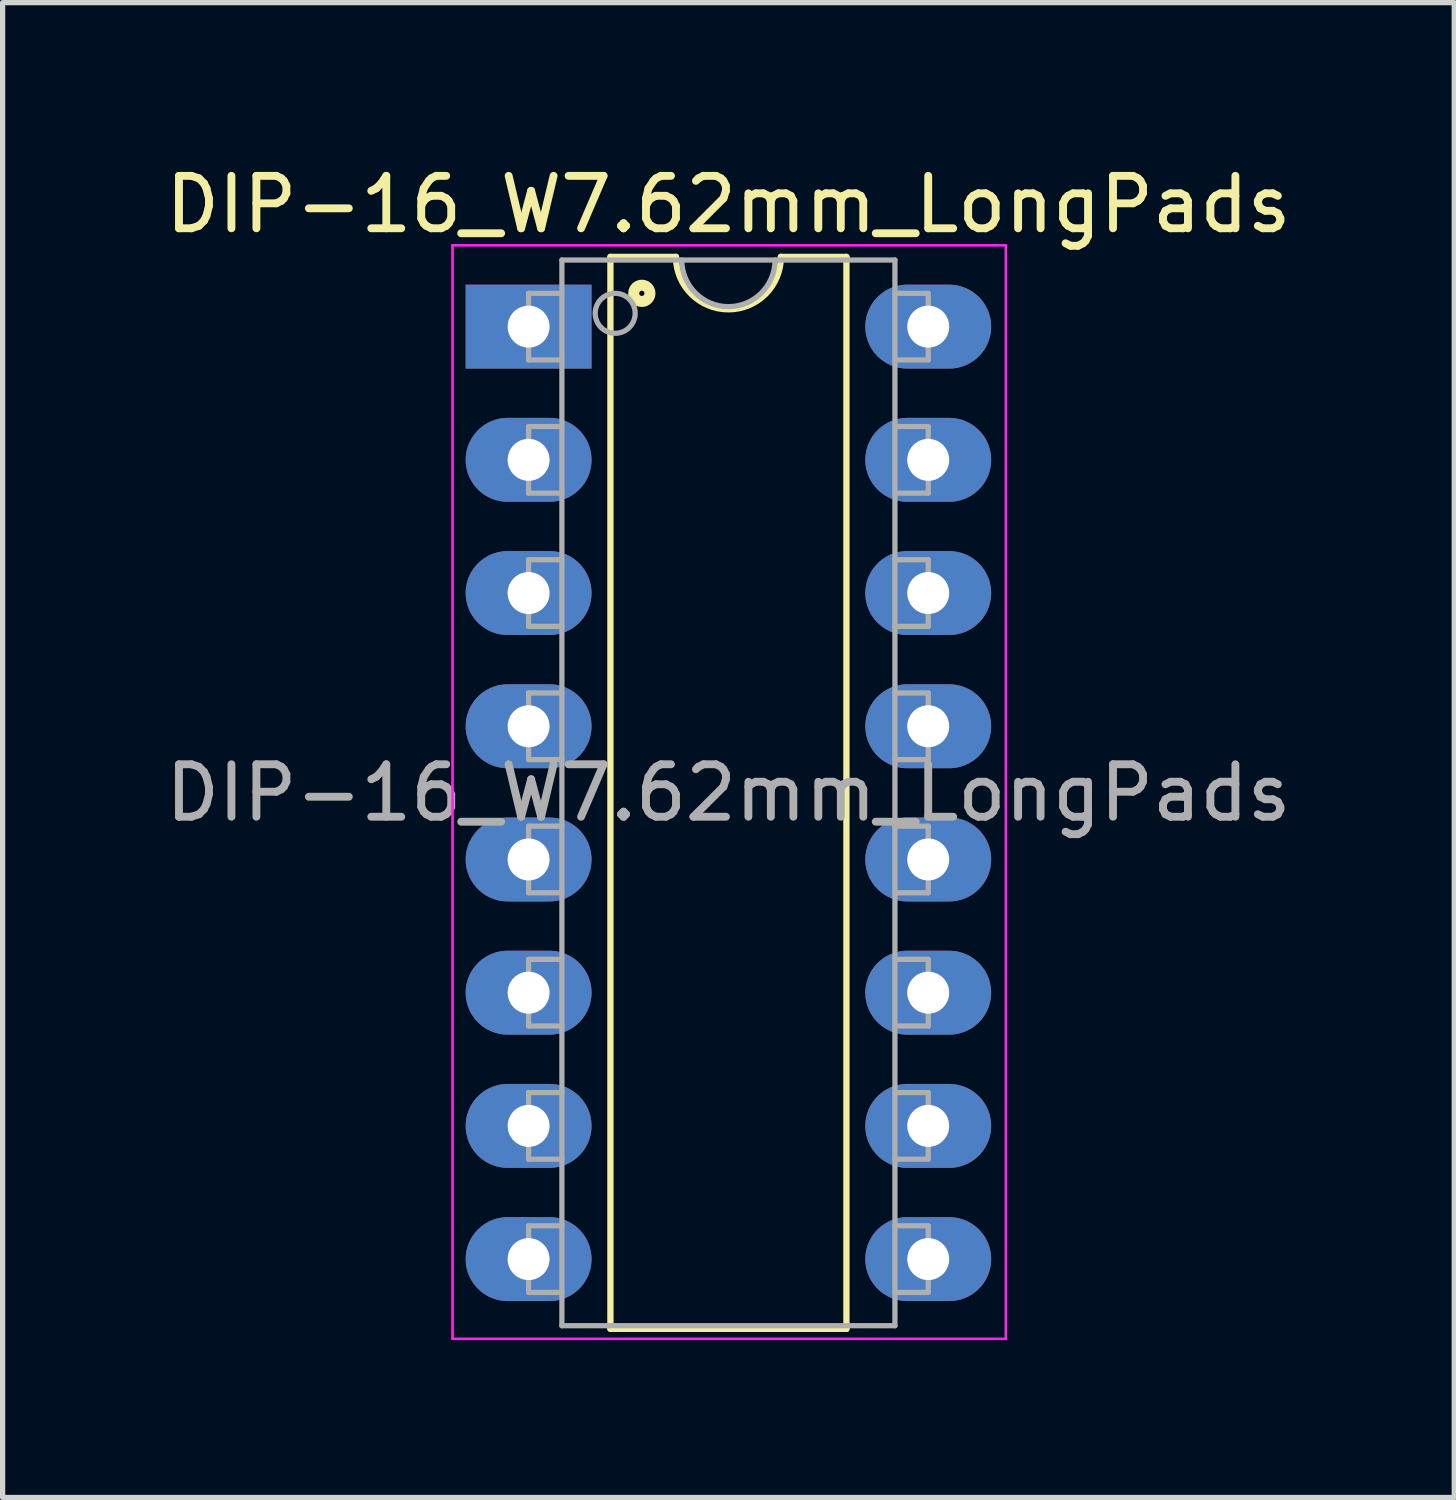
<source format=kicad_pcb>
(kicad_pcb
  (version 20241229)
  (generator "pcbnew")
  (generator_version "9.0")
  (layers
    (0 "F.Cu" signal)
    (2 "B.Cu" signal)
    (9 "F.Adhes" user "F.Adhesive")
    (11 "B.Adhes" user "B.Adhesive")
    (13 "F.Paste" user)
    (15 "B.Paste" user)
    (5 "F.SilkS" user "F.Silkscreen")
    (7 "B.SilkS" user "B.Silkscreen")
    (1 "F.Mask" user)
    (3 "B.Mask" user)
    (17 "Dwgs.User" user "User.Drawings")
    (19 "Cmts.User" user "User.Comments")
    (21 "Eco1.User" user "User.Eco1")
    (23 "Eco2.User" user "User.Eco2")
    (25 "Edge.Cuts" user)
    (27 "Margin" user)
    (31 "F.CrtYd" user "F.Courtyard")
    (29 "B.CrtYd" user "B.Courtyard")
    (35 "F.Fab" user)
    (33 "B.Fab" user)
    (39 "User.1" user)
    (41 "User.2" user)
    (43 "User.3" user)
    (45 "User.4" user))
  (footprint "DIP-16_W7.62mm_LongPads"
    (layer "F.Cu")
    (at 7.029 3.178)
    (property "Reference" "DIP-16_W7.62mm_LongPads" (at 3.81 -2.33 0) (layer "F.SilkS") (effects (font (size 1 1) (thickness 0.15))))
    (attr through_hole)
    (fp_line (start 1.56 -1.33) (end 1.56 19.11) (stroke (width 0.12) (type solid)) (layer "F.SilkS"))
    (fp_line (start 1.56 19.11) (end 6.06 19.11) (stroke (width 0.12) (type solid)) (layer "F.SilkS"))
    (fp_line (start 2.81 -1.33) (end 1.56 -1.33) (stroke (width 0.12) (type solid)) (layer "F.SilkS"))
    (fp_line (start 6.06 -1.33) (end 4.81 -1.33) (stroke (width 0.12) (type solid)) (layer "F.SilkS"))
    (fp_line (start 6.06 19.11) (end 6.06 -1.33) (stroke (width 0.12) (type solid)) (layer "F.SilkS"))
    (fp_arc (start 4.81 -1.33) (mid 3.81 -0.33) (end 2.81 -1.33) (stroke (width 0.12) (type solid)) (layer "F.SilkS"))
    (fp_circle (center 2.159 -0.635) (end 2.209 -0.635) (stroke (width 0.12) (type solid)) (fill no) (layer "F.SilkS"))
    (fp_circle (center 2.159 -0.635) (end 2.284 -0.635) (stroke (width 0.12) (type solid)) (fill no) (layer "F.SilkS"))
    (fp_circle (center 2.159 -0.635) (end 2.359 -0.635) (stroke (width 0.12) (type solid)) (fill no) (layer "F.SilkS"))
    (fp_line (start -1.45 -1.55) (end -1.45 19.3) (stroke (width 0.05) (type solid)) (layer "F.CrtYd"))
    (fp_line (start -1.45 19.3) (end 9.1 19.3) (stroke (width 0.05) (type solid)) (layer "F.CrtYd"))
    (fp_line (start 9.1 -1.55) (end -1.45 -1.55) (stroke (width 0.05) (type solid)) (layer "F.CrtYd"))
    (fp_line (start 9.1 19.3) (end 9.1 -1.55) (stroke (width 0.05) (type solid)) (layer "F.CrtYd"))
    (fp_line (start 0 -0.635) (end 0 0.635) (stroke (width 0.1) (type solid)) (layer "F.Fab"))
    (fp_line (start 0 -0.635) (end 0.635 -0.635) (stroke (width 0.1) (type solid)) (layer "F.Fab"))
    (fp_line (start 0 0.635) (end 0.635 0.635) (stroke (width 0.1) (type solid)) (layer "F.Fab"))
    (fp_line (start 0 1.905) (end 0 3.175) (stroke (width 0.1) (type solid)) (layer "F.Fab"))
    (fp_line (start 0 1.905) (end 0.635 1.905) (stroke (width 0.1) (type solid)) (layer "F.Fab"))
    (fp_line (start 0 3.175) (end 0.635 3.175) (stroke (width 0.1) (type solid)) (layer "F.Fab"))
    (fp_line (start 0 4.445) (end 0 5.715) (stroke (width 0.1) (type solid)) (layer "F.Fab"))
    (fp_line (start 0 4.445) (end 0.635 4.445) (stroke (width 0.1) (type solid)) (layer "F.Fab"))
    (fp_line (start 0 5.715) (end 0.635 5.715) (stroke (width 0.1) (type solid)) (layer "F.Fab"))
    (fp_line (start 0 6.985) (end 0 8.255) (stroke (width 0.1) (type solid)) (layer "F.Fab"))
    (fp_line (start 0 6.985) (end 0.635 6.985) (stroke (width 0.1) (type solid)) (layer "F.Fab"))
    (fp_line (start 0 8.255) (end 0.635 8.255) (stroke (width 0.1) (type solid)) (layer "F.Fab"))
    (fp_line (start 0 9.525) (end 0 10.795) (stroke (width 0.1) (type solid)) (layer "F.Fab"))
    (fp_line (start 0 9.525) (end 0.635 9.525) (stroke (width 0.1) (type solid)) (layer "F.Fab"))
    (fp_line (start 0 10.795) (end 0.635 10.795) (stroke (width 0.1) (type solid)) (layer "F.Fab"))
    (fp_line (start 0 12.065) (end 0 13.335) (stroke (width 0.1) (type solid)) (layer "F.Fab"))
    (fp_line (start 0 12.065) (end 0.635 12.065) (stroke (width 0.1) (type solid)) (layer "F.Fab"))
    (fp_line (start 0 13.335) (end 0.635 13.335) (stroke (width 0.1) (type solid)) (layer "F.Fab"))
    (fp_line (start 0 14.605) (end 0 15.875) (stroke (width 0.1) (type solid)) (layer "F.Fab"))
    (fp_line (start 0 14.605) (end 0.635 14.605) (stroke (width 0.1) (type solid)) (layer "F.Fab"))
    (fp_line (start 0 15.875) (end 0.635 15.875) (stroke (width 0.1) (type solid)) (layer "F.Fab"))
    (fp_line (start 0 17.145) (end 0 18.415) (stroke (width 0.1) (type solid)) (layer "F.Fab"))
    (fp_line (start 0 17.145) (end 0.635 17.145) (stroke (width 0.1) (type solid)) (layer "F.Fab"))
    (fp_line (start 0 18.415) (end 0.635 18.415) (stroke (width 0.1) (type solid)) (layer "F.Fab"))
    (fp_line (start 0.635 -1.27) (end 6.985 -1.27) (stroke (width 0.1) (type solid)) (layer "F.Fab"))
    (fp_line (start 0.635 19.05) (end 0.635 -1.27) (stroke (width 0.1) (type solid)) (layer "F.Fab"))
    (fp_line (start 6.985 -1.27) (end 6.985 19.05) (stroke (width 0.1) (type solid)) (layer "F.Fab"))
    (fp_line (start 6.985 19.05) (end 0.635 19.05) (stroke (width 0.1) (type solid)) (layer "F.Fab"))
    (fp_line (start 7.62 -0.635) (end 6.985 -0.635) (stroke (width 0.1) (type solid)) (layer "F.Fab"))
    (fp_line (start 7.62 0.635) (end 6.985 0.635) (stroke (width 0.1) (type solid)) (layer "F.Fab"))
    (fp_line (start 7.62 0.635) (end 7.62 -0.635) (stroke (width 0.1) (type solid)) (layer "F.Fab"))
    (fp_line (start 7.62 1.905) (end 6.985 1.905) (stroke (width 0.1) (type solid)) (layer "F.Fab"))
    (fp_line (start 7.62 3.175) (end 6.985 3.175) (stroke (width 0.1) (type solid)) (layer "F.Fab"))
    (fp_line (start 7.62 3.175) (end 7.62 1.905) (stroke (width 0.1) (type solid)) (layer "F.Fab"))
    (fp_line (start 7.62 4.445) (end 6.985 4.445) (stroke (width 0.1) (type solid)) (layer "F.Fab"))
    (fp_line (start 7.62 5.715) (end 6.985 5.715) (stroke (width 0.1) (type solid)) (layer "F.Fab"))
    (fp_line (start 7.62 5.715) (end 7.62 4.445) (stroke (width 0.1) (type solid)) (layer "F.Fab"))
    (fp_line (start 7.62 6.985) (end 6.985 6.985) (stroke (width 0.1) (type solid)) (layer "F.Fab"))
    (fp_line (start 7.62 8.255) (end 6.985 8.255) (stroke (width 0.1) (type solid)) (layer "F.Fab"))
    (fp_line (start 7.62 8.255) (end 7.62 6.985) (stroke (width 0.1) (type solid)) (layer "F.Fab"))
    (fp_line (start 7.62 9.525) (end 6.985 9.525) (stroke (width 0.1) (type solid)) (layer "F.Fab"))
    (fp_line (start 7.62 10.795) (end 6.985 10.795) (stroke (width 0.1) (type solid)) (layer "F.Fab"))
    (fp_line (start 7.62 10.795) (end 7.62 9.525) (stroke (width 0.1) (type solid)) (layer "F.Fab"))
    (fp_line (start 7.62 12.065) (end 6.985 12.065) (stroke (width 0.1) (type solid)) (layer "F.Fab"))
    (fp_line (start 7.62 13.335) (end 6.985 13.335) (stroke (width 0.1) (type solid)) (layer "F.Fab"))
    (fp_line (start 7.62 13.335) (end 7.62 12.065) (stroke (width 0.1) (type solid)) (layer "F.Fab"))
    (fp_line (start 7.62 14.605) (end 6.985 14.605) (stroke (width 0.1) (type solid)) (layer "F.Fab"))
    (fp_line (start 7.62 15.875) (end 6.985 15.875) (stroke (width 0.1) (type solid)) (layer "F.Fab"))
    (fp_line (start 7.62 15.875) (end 7.62 14.605) (stroke (width 0.1) (type solid)) (layer "F.Fab"))
    (fp_line (start 7.62 17.145) (end 6.985 17.145) (stroke (width 0.1) (type solid)) (layer "F.Fab"))
    (fp_line (start 7.62 18.415) (end 6.985 18.415) (stroke (width 0.1) (type solid)) (layer "F.Fab"))
    (fp_line (start 7.62 18.415) (end 7.62 17.145) (stroke (width 0.1) (type solid)) (layer "F.Fab"))
    (fp_arc (start 4.699 -1.27) (mid 3.81 -0.381) (end 2.921 -1.27) (stroke (width 0.1) (type solid)) (layer "F.Fab"))
    (fp_circle (center 1.651 -0.254) (end 2.032 -0.254) (stroke (width 0.1) (type solid)) (fill no) (layer "F.Fab"))
    (fp_text user "${REFERENCE}" (at 3.81 8.89 0) (layer "F.Fab") (effects (font (size 1 1) (thickness 0.15))))
    (pad "1" thru_hole rect (at 0 0) (size 2.4 1.6) (drill 0.8) (layers "*.Cu" "*.Mask"))
    (pad "2" thru_hole oval (at 0 2.54) (size 2.4 1.6) (drill 0.8) (layers "*.Cu" "*.Mask"))
    (pad "3" thru_hole oval (at 0 5.08) (size 2.4 1.6) (drill 0.8) (layers "*.Cu" "*.Mask"))
    (pad "4" thru_hole oval (at 0 7.62) (size 2.4 1.6) (drill 0.8) (layers "*.Cu" "*.Mask"))
    (pad "5" thru_hole oval (at 0 10.16) (size 2.4 1.6) (drill 0.8) (layers "*.Cu" "*.Mask"))
    (pad "6" thru_hole oval (at 0 12.7) (size 2.4 1.6) (drill 0.8) (layers "*.Cu" "*.Mask"))
    (pad "7" thru_hole oval (at 0 15.24) (size 2.4 1.6) (drill 0.8) (layers "*.Cu" "*.Mask"))
    (pad "8" thru_hole oval (at 0 17.78) (size 2.4 1.6) (drill 0.8) (layers "*.Cu" "*.Mask"))
    (pad "9" thru_hole oval (at 7.62 17.78) (size 2.4 1.6) (drill 0.8) (layers "*.Cu" "*.Mask"))
    (pad "10" thru_hole oval (at 7.62 15.24) (size 2.4 1.6) (drill 0.8) (layers "*.Cu" "*.Mask"))
    (pad "11" thru_hole oval (at 7.62 12.7) (size 2.4 1.6) (drill 0.8) (layers "*.Cu" "*.Mask"))
    (pad "12" thru_hole oval (at 7.62 10.16) (size 2.4 1.6) (drill 0.8) (layers "*.Cu" "*.Mask"))
    (pad "13" thru_hole oval (at 7.62 7.62) (size 2.4 1.6) (drill 0.8) (layers "*.Cu" "*.Mask"))
    (pad "14" thru_hole oval (at 7.62 5.08) (size 2.4 1.6) (drill 0.8) (layers "*.Cu" "*.Mask"))
    (pad "15" thru_hole oval (at 7.62 2.54) (size 2.4 1.6) (drill 0.8) (layers "*.Cu" "*.Mask"))
    (pad "16" thru_hole oval (at 7.62 0) (size 2.4 1.6) (drill 0.8) (layers "*.Cu" "*.Mask")))
  (gr_rect
    (start -3 -3)
    (end 24.679 25.503)
    (stroke (width 0.1) (type default))
    (fill no)
    (layer "Edge.Cuts")))
</source>
